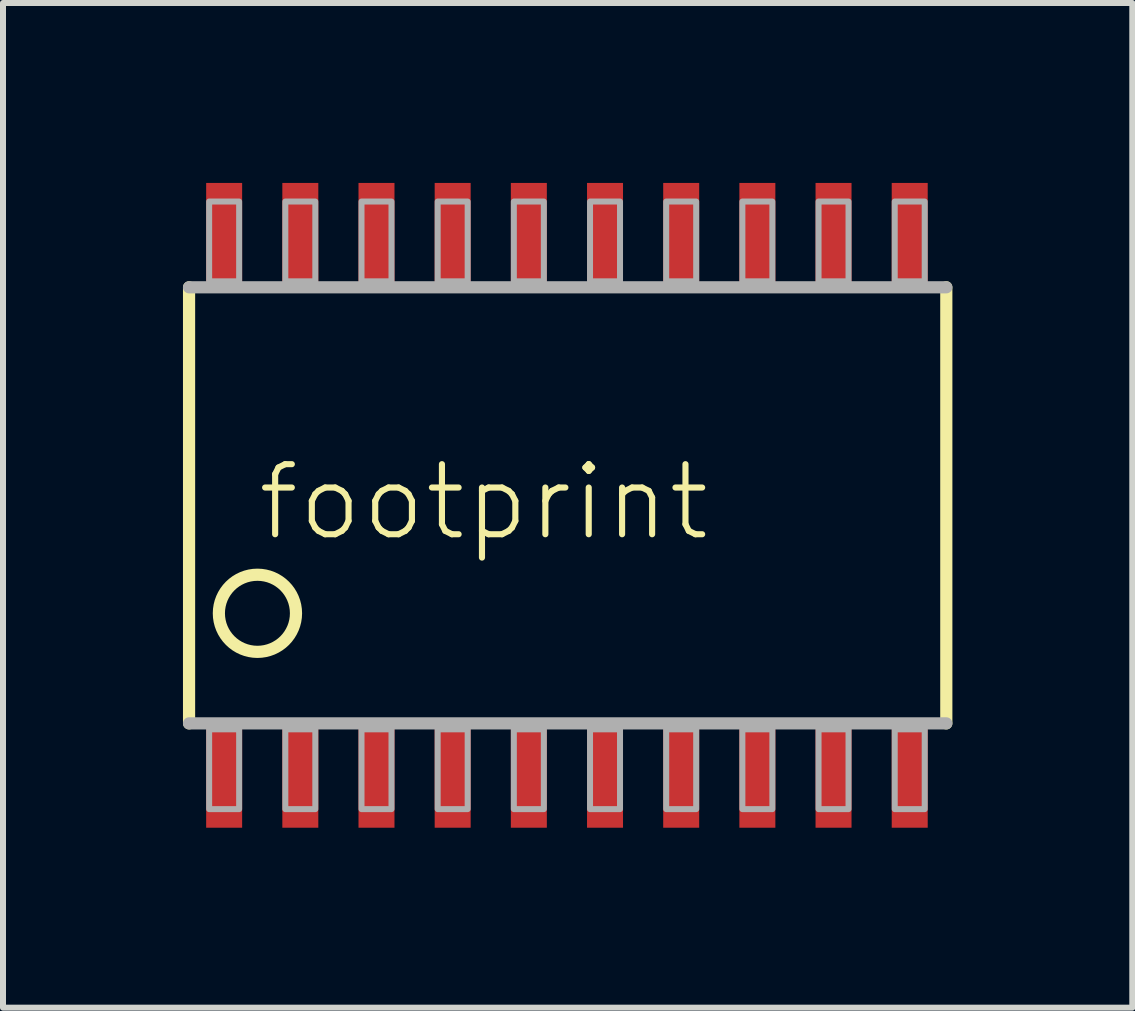
<source format=kicad_pcb>
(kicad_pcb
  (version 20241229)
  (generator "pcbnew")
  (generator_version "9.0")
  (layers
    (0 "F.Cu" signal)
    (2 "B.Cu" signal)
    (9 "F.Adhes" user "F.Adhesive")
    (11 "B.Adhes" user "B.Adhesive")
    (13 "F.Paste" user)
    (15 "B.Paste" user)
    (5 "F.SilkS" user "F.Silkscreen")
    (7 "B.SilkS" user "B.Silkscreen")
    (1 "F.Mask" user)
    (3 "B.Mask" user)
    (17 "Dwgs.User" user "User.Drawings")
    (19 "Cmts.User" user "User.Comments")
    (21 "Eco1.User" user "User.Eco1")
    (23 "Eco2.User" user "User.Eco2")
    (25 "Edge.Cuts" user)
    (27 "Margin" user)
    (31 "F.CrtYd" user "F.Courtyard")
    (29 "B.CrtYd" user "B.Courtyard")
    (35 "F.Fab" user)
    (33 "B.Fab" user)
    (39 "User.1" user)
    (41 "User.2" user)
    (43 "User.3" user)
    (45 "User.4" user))
  (footprint "footprint"
    (layer "F.Cu")
    (at 6.402 5.375)
    (property "Reference" "footprint" (at -5.21 0.63 0) (layer "F.SilkS") (effects (font (size 1.168 1.168) (thickness 0.102)) (justify left bottom)))
    (fp_line (start -6.3 3.635) (end -6.3 -3.635) (stroke (width 0.203) (type solid)) (layer "F.SilkS"))
    (fp_line (start 6.325 -3.635) (end 6.325 3.635) (stroke (width 0.203) (type solid)) (layer "F.SilkS"))
    (fp_circle (center -5.16 1.8) (end -4.517 1.8) (stroke (width 0.203) (type solid)) (fill no) (layer "F.SilkS"))
    (fp_line (start -6.3 -3.635) (end 6.325 -3.635) (stroke (width 0.203) (type solid)) (layer "F.Fab"))
    (fp_line (start 6.325 3.635) (end -6.3 3.635) (stroke (width 0.203) (type solid)) (layer "F.Fab"))
    (fp_poly (pts (xy -5.965 -3.735) (xy -5.465 -3.735) (xy -5.465 -5.065) (xy -5.965 -5.065)) (stroke (width 0.1) (type solid)) (fill no) (layer "F.Fab"))
    (fp_poly (pts (xy -5.965 5.065) (xy -5.465 5.065) (xy -5.465 3.735) (xy -5.965 3.735)) (stroke (width 0.1) (type solid)) (fill no) (layer "F.Fab"))
    (fp_poly (pts (xy -4.695 -3.735) (xy -4.195 -3.735) (xy -4.195 -5.065) (xy -4.695 -5.065)) (stroke (width 0.1) (type solid)) (fill no) (layer "F.Fab"))
    (fp_poly (pts (xy -4.695 5.065) (xy -4.195 5.065) (xy -4.195 3.735) (xy -4.695 3.735)) (stroke (width 0.1) (type solid)) (fill no) (layer "F.Fab"))
    (fp_poly (pts (xy -3.425 -3.735) (xy -2.925 -3.735) (xy -2.925 -5.065) (xy -3.425 -5.065)) (stroke (width 0.1) (type solid)) (fill no) (layer "F.Fab"))
    (fp_poly (pts (xy -3.425 5.065) (xy -2.925 5.065) (xy -2.925 3.735) (xy -3.425 3.735)) (stroke (width 0.1) (type solid)) (fill no) (layer "F.Fab"))
    (fp_poly (pts (xy -2.155 -3.735) (xy -1.655 -3.735) (xy -1.655 -5.065) (xy -2.155 -5.065)) (stroke (width 0.1) (type solid)) (fill no) (layer "F.Fab"))
    (fp_poly (pts (xy -2.155 5.065) (xy -1.655 5.065) (xy -1.655 3.735) (xy -2.155 3.735)) (stroke (width 0.1) (type solid)) (fill no) (layer "F.Fab"))
    (fp_poly (pts (xy -0.885 -3.735) (xy -0.385 -3.735) (xy -0.385 -5.065) (xy -0.885 -5.065)) (stroke (width 0.1) (type solid)) (fill no) (layer "F.Fab"))
    (fp_poly (pts (xy -0.885 5.065) (xy -0.385 5.065) (xy -0.385 3.735) (xy -0.885 3.735)) (stroke (width 0.1) (type solid)) (fill no) (layer "F.Fab"))
    (fp_poly (pts (xy 0.385 -3.735) (xy 0.885 -3.735) (xy 0.885 -5.065) (xy 0.385 -5.065)) (stroke (width 0.1) (type solid)) (fill no) (layer "F.Fab"))
    (fp_poly (pts (xy 0.385 5.065) (xy 0.885 5.065) (xy 0.885 3.735) (xy 0.385 3.735)) (stroke (width 0.1) (type solid)) (fill no) (layer "F.Fab"))
    (fp_poly (pts (xy 1.655 5.065) (xy 2.155 5.065) (xy 2.155 3.735) (xy 1.655 3.735)) (stroke (width 0.1) (type solid)) (fill no) (layer "F.Fab"))
    (fp_poly (pts (xy 2.155 -5.065) (xy 1.655 -5.065) (xy 1.655 -3.735) (xy 2.155 -3.735)) (stroke (width 0.1) (type solid)) (fill no) (layer "F.Fab"))
    (fp_poly (pts (xy 2.925 5.065) (xy 3.425 5.065) (xy 3.425 3.735) (xy 2.925 3.735)) (stroke (width 0.1) (type solid)) (fill no) (layer "F.Fab"))
    (fp_poly (pts (xy 3.425 -5.065) (xy 2.925 -5.065) (xy 2.925 -3.735) (xy 3.425 -3.735)) (stroke (width 0.1) (type solid)) (fill no) (layer "F.Fab"))
    (fp_poly (pts (xy 4.195 5.065) (xy 4.695 5.065) (xy 4.695 3.735) (xy 4.195 3.735)) (stroke (width 0.1) (type solid)) (fill no) (layer "F.Fab"))
    (fp_poly (pts (xy 4.695 -5.065) (xy 4.195 -5.065) (xy 4.195 -3.735) (xy 4.695 -3.735)) (stroke (width 0.1) (type solid)) (fill no) (layer "F.Fab"))
    (fp_poly (pts (xy 5.465 5.065) (xy 5.965 5.065) (xy 5.965 3.735) (xy 5.465 3.735)) (stroke (width 0.1) (type solid)) (fill no) (layer "F.Fab"))
    (fp_poly (pts (xy 5.965 -5.065) (xy 5.465 -5.065) (xy 5.465 -3.735) (xy 5.965 -3.735)) (stroke (width 0.1) (type solid)) (fill no) (layer "F.Fab"))
    (pad "1" smd rect (at -5.715 4.475) (size 0.6 1.8) (layers "F.Cu" "F.Mask" "F.Paste"))
    (pad "2" smd rect (at -4.445 4.475) (size 0.6 1.8) (layers "F.Cu" "F.Mask" "F.Paste"))
    (pad "3" smd rect (at -3.175 4.475) (size 0.6 1.8) (layers "F.Cu" "F.Mask" "F.Paste"))
    (pad "4" smd rect (at -1.905 4.475) (size 0.6 1.8) (layers "F.Cu" "F.Mask" "F.Paste"))
    (pad "5" smd rect (at -0.635 4.475) (size 0.6 1.8) (layers "F.Cu" "F.Mask" "F.Paste"))
    (pad "6" smd rect (at 0.635 4.475) (size 0.6 1.8) (layers "F.Cu" "F.Mask" "F.Paste"))
    (pad "7" smd rect (at 1.905 4.475) (size 0.6 1.8) (layers "F.Cu" "F.Mask" "F.Paste"))
    (pad "8" smd rect (at 3.175 4.475) (size 0.6 1.8) (layers "F.Cu" "F.Mask" "F.Paste"))
    (pad "9" smd rect (at 4.445 4.475) (size 0.6 1.8) (layers "F.Cu" "F.Mask" "F.Paste"))
    (pad "10" smd rect (at 5.715 4.475) (size 0.6 1.8) (layers "F.Cu" "F.Mask" "F.Paste"))
    (pad "11" smd rect (at 5.715 -4.475 180) (size 0.6 1.8) (layers "F.Cu" "F.Mask" "F.Paste"))
    (pad "12" smd rect (at 4.445 -4.475 180) (size 0.6 1.8) (layers "F.Cu" "F.Mask" "F.Paste"))
    (pad "13" smd rect (at 3.175 -4.475 180) (size 0.6 1.8) (layers "F.Cu" "F.Mask" "F.Paste"))
    (pad "14" smd rect (at 1.905 -4.475 180) (size 0.6 1.8) (layers "F.Cu" "F.Mask" "F.Paste"))
    (pad "15" smd rect (at 0.635 -4.475) (size 0.6 1.8) (layers "F.Cu" "F.Mask" "F.Paste"))
    (pad "16" smd rect (at -0.635 -4.475) (size 0.6 1.8) (layers "F.Cu" "F.Mask" "F.Paste"))
    (pad "17" smd rect (at -1.905 -4.475) (size 0.6 1.8) (layers "F.Cu" "F.Mask" "F.Paste"))
    (pad "18" smd rect (at -3.175 -4.475) (size 0.6 1.8) (layers "F.Cu" "F.Mask" "F.Paste"))
    (pad "19" smd rect (at -4.445 -4.475) (size 0.6 1.8) (layers "F.Cu" "F.Mask" "F.Paste"))
    (pad "20" smd rect (at -5.715 -4.475) (size 0.6 1.8) (layers "F.Cu" "F.Mask" "F.Paste")))
  (gr_rect
    (start -3 -3)
    (end 15.828 13.75)
    (stroke (width 0.1) (type default))
    (fill no)
    (layer "Edge.Cuts")))
</source>
